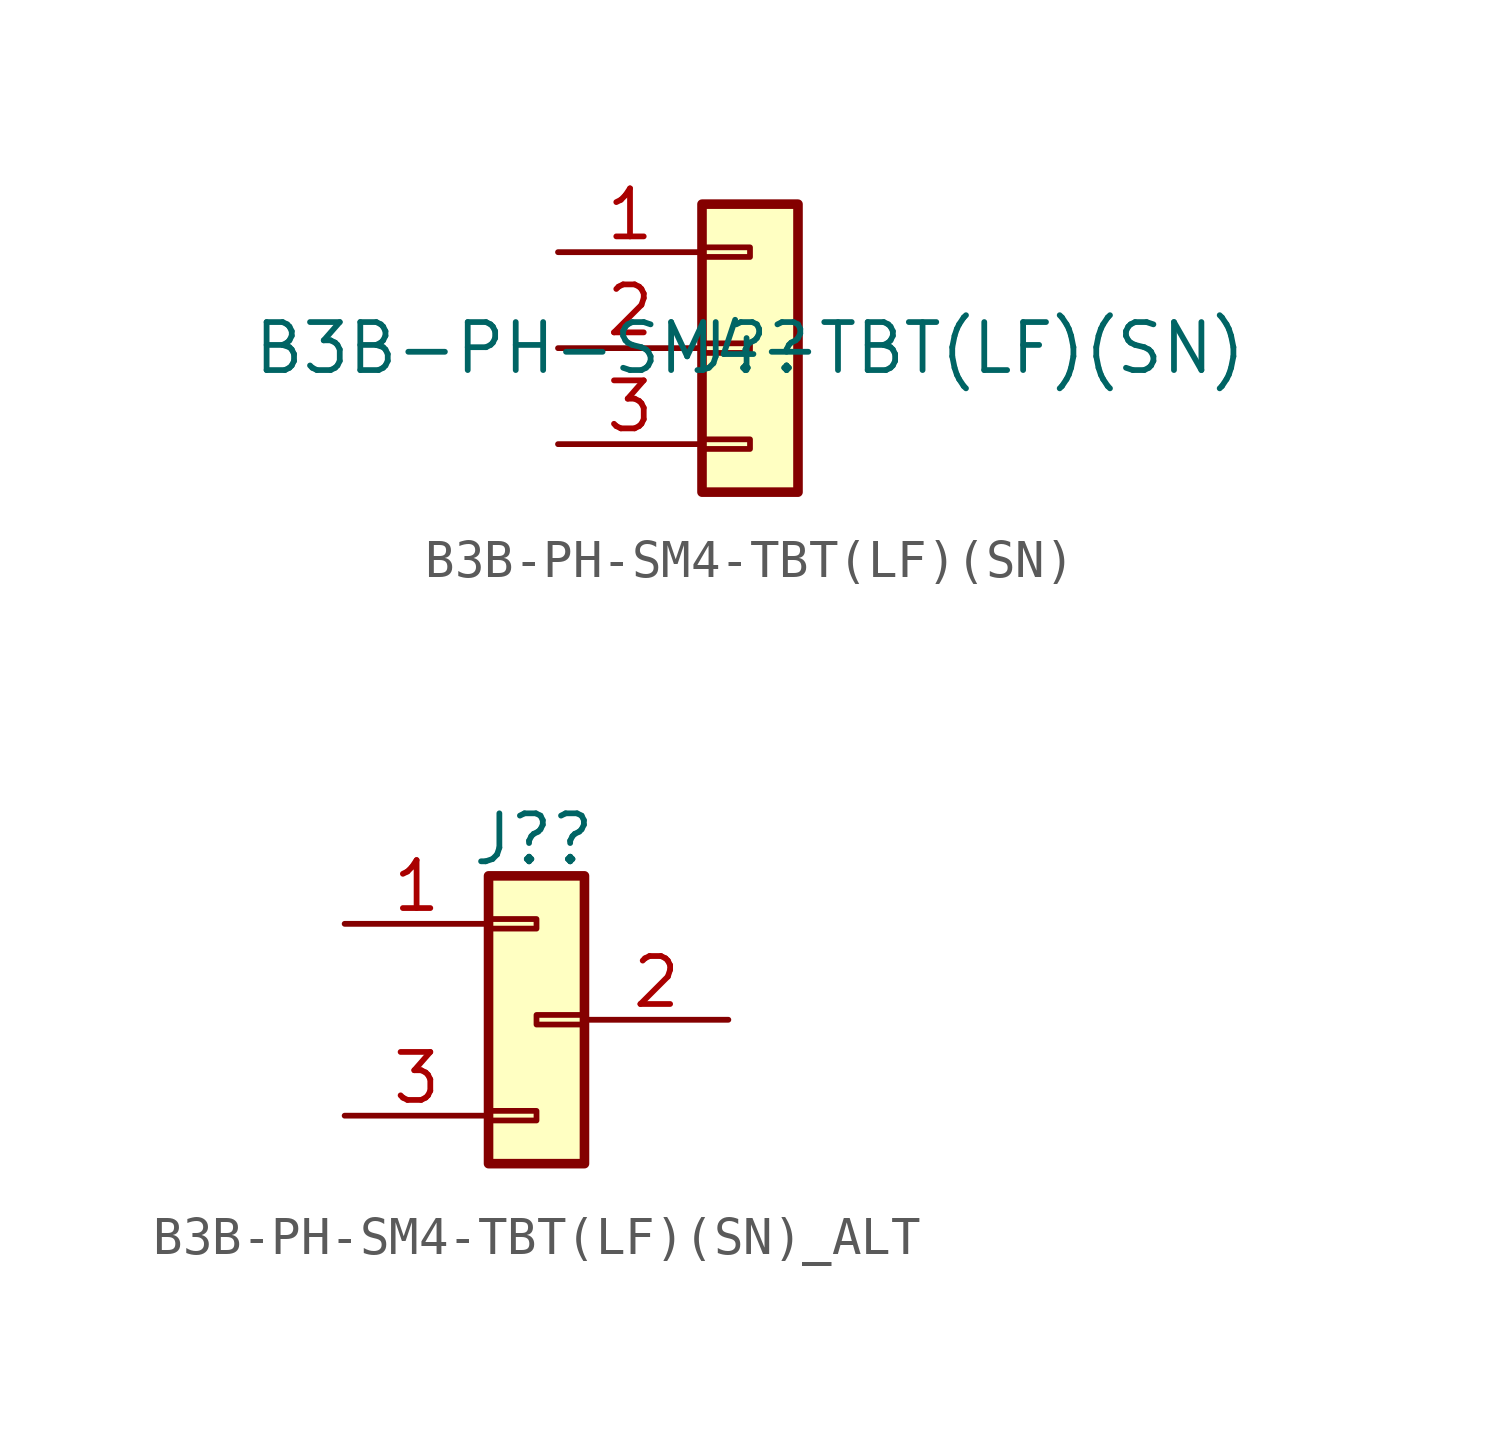
<source format=kicad_sym>
(kicad_symbol_lib
  (version 20211014)
  (generator kicad_symbol_editor)
  (symbol "B3B-PH-SM4-TBT(LF)(SN)"
    (pin_names hide)
    (property "Reference" "J?"
      (at 0 0 0)
      (effects (font (size 1.27 1.27))))
    (property "Value" "B3B-PH-SM4-TBT(LF)(SN)"
      (at 0 0 0)
      (effects (font (size 1.27 1.27))))
    (symbol "B3B-PH-SM4-TBT(LF)(SN)_1_1"
      (rectangle (start -1.27 -2.413) (end 0 -2.667) (stroke (width 0.152) (type default) (color 0 0 0 0)) (fill (type none)))
      (rectangle (start -1.27 0.127) (end 0 -0.127) (stroke (width 0.152) (type default) (color 0 0 0 0)) (fill (type none)))
      (rectangle (start -1.27 2.667) (end 0 2.413) (stroke (width 0.152) (type default) (color 0 0 0 0)) (fill (type none)))
      (rectangle (start -1.27 3.81) (end 1.27 -3.81) (stroke (width 0.254) (type default) (color 0 0 0 0)) (fill (type background)))
      (pin passive line (at -5.08 2.54 0) (length 3.81) (name "Pin_1" (effects (font (size 1.27 1.27)))) (number "1" (effects (font (size 1.27 1.27)))))
      (pin passive line (at -5.08 0 0) (length 3.81) (name "Pin_2" (effects (font (size 1.27 1.27)))) (number "2" (effects (font (size 1.27 1.27)))))
      (pin passive line (at -5.08 -2.54 0) (length 3.81) (name "Pin_3" (effects (font (size 1.27 1.27)))) (number "3" (effects (font (size 1.27 1.27)))))))
  (symbol "B3B-PH-SM4-TBT(LF)(SN)_ALT"
    (pin_names hide)
    (property "Reference" "J?"
      (at -0.076 4.775 0)
      (effects (font (size 1.27 1.27))))
    (symbol "B3B-PH-SM4-TBT(LF)(SN)_ALT_1_1"
      (rectangle (start -1.27 -2.413) (end 0 -2.667) (stroke (width 0.152) (type default) (color 0 0 0 0)) (fill (type none)))
      (rectangle (start -1.27 2.667) (end 0 2.413) (stroke (width 0.152) (type default) (color 0 0 0 0)) (fill (type none)))
      (rectangle (start -1.27 3.81) (end 1.27 -3.81) (stroke (width 0.254) (type default) (color 0 0 0 0)) (fill (type background)))
      (rectangle (start 0 0.127) (end 1.27 -0.127) (stroke (width 0.152) (type default) (color 0 0 0 0)) (fill (type none)))
      (pin passive line (at -5.08 2.54 0) (length 3.81) (name "Pin_1" (effects (font (size 1.27 1.27)))) (number "1" (effects (font (size 1.27 1.27)))))
      (pin passive line (at 5.08 0 180) (length 3.81) (name "Pin_2" (effects (font (size 1.27 1.27)))) (number "2" (effects (font (size 1.27 1.27)))))
      (pin passive line (at -5.08 -2.54 0) (length 3.81) (name "Pin_3" (effects (font (size 1.27 1.27)))) (number "3" (effects (font (size 1.27 1.27))))))))
</source>
